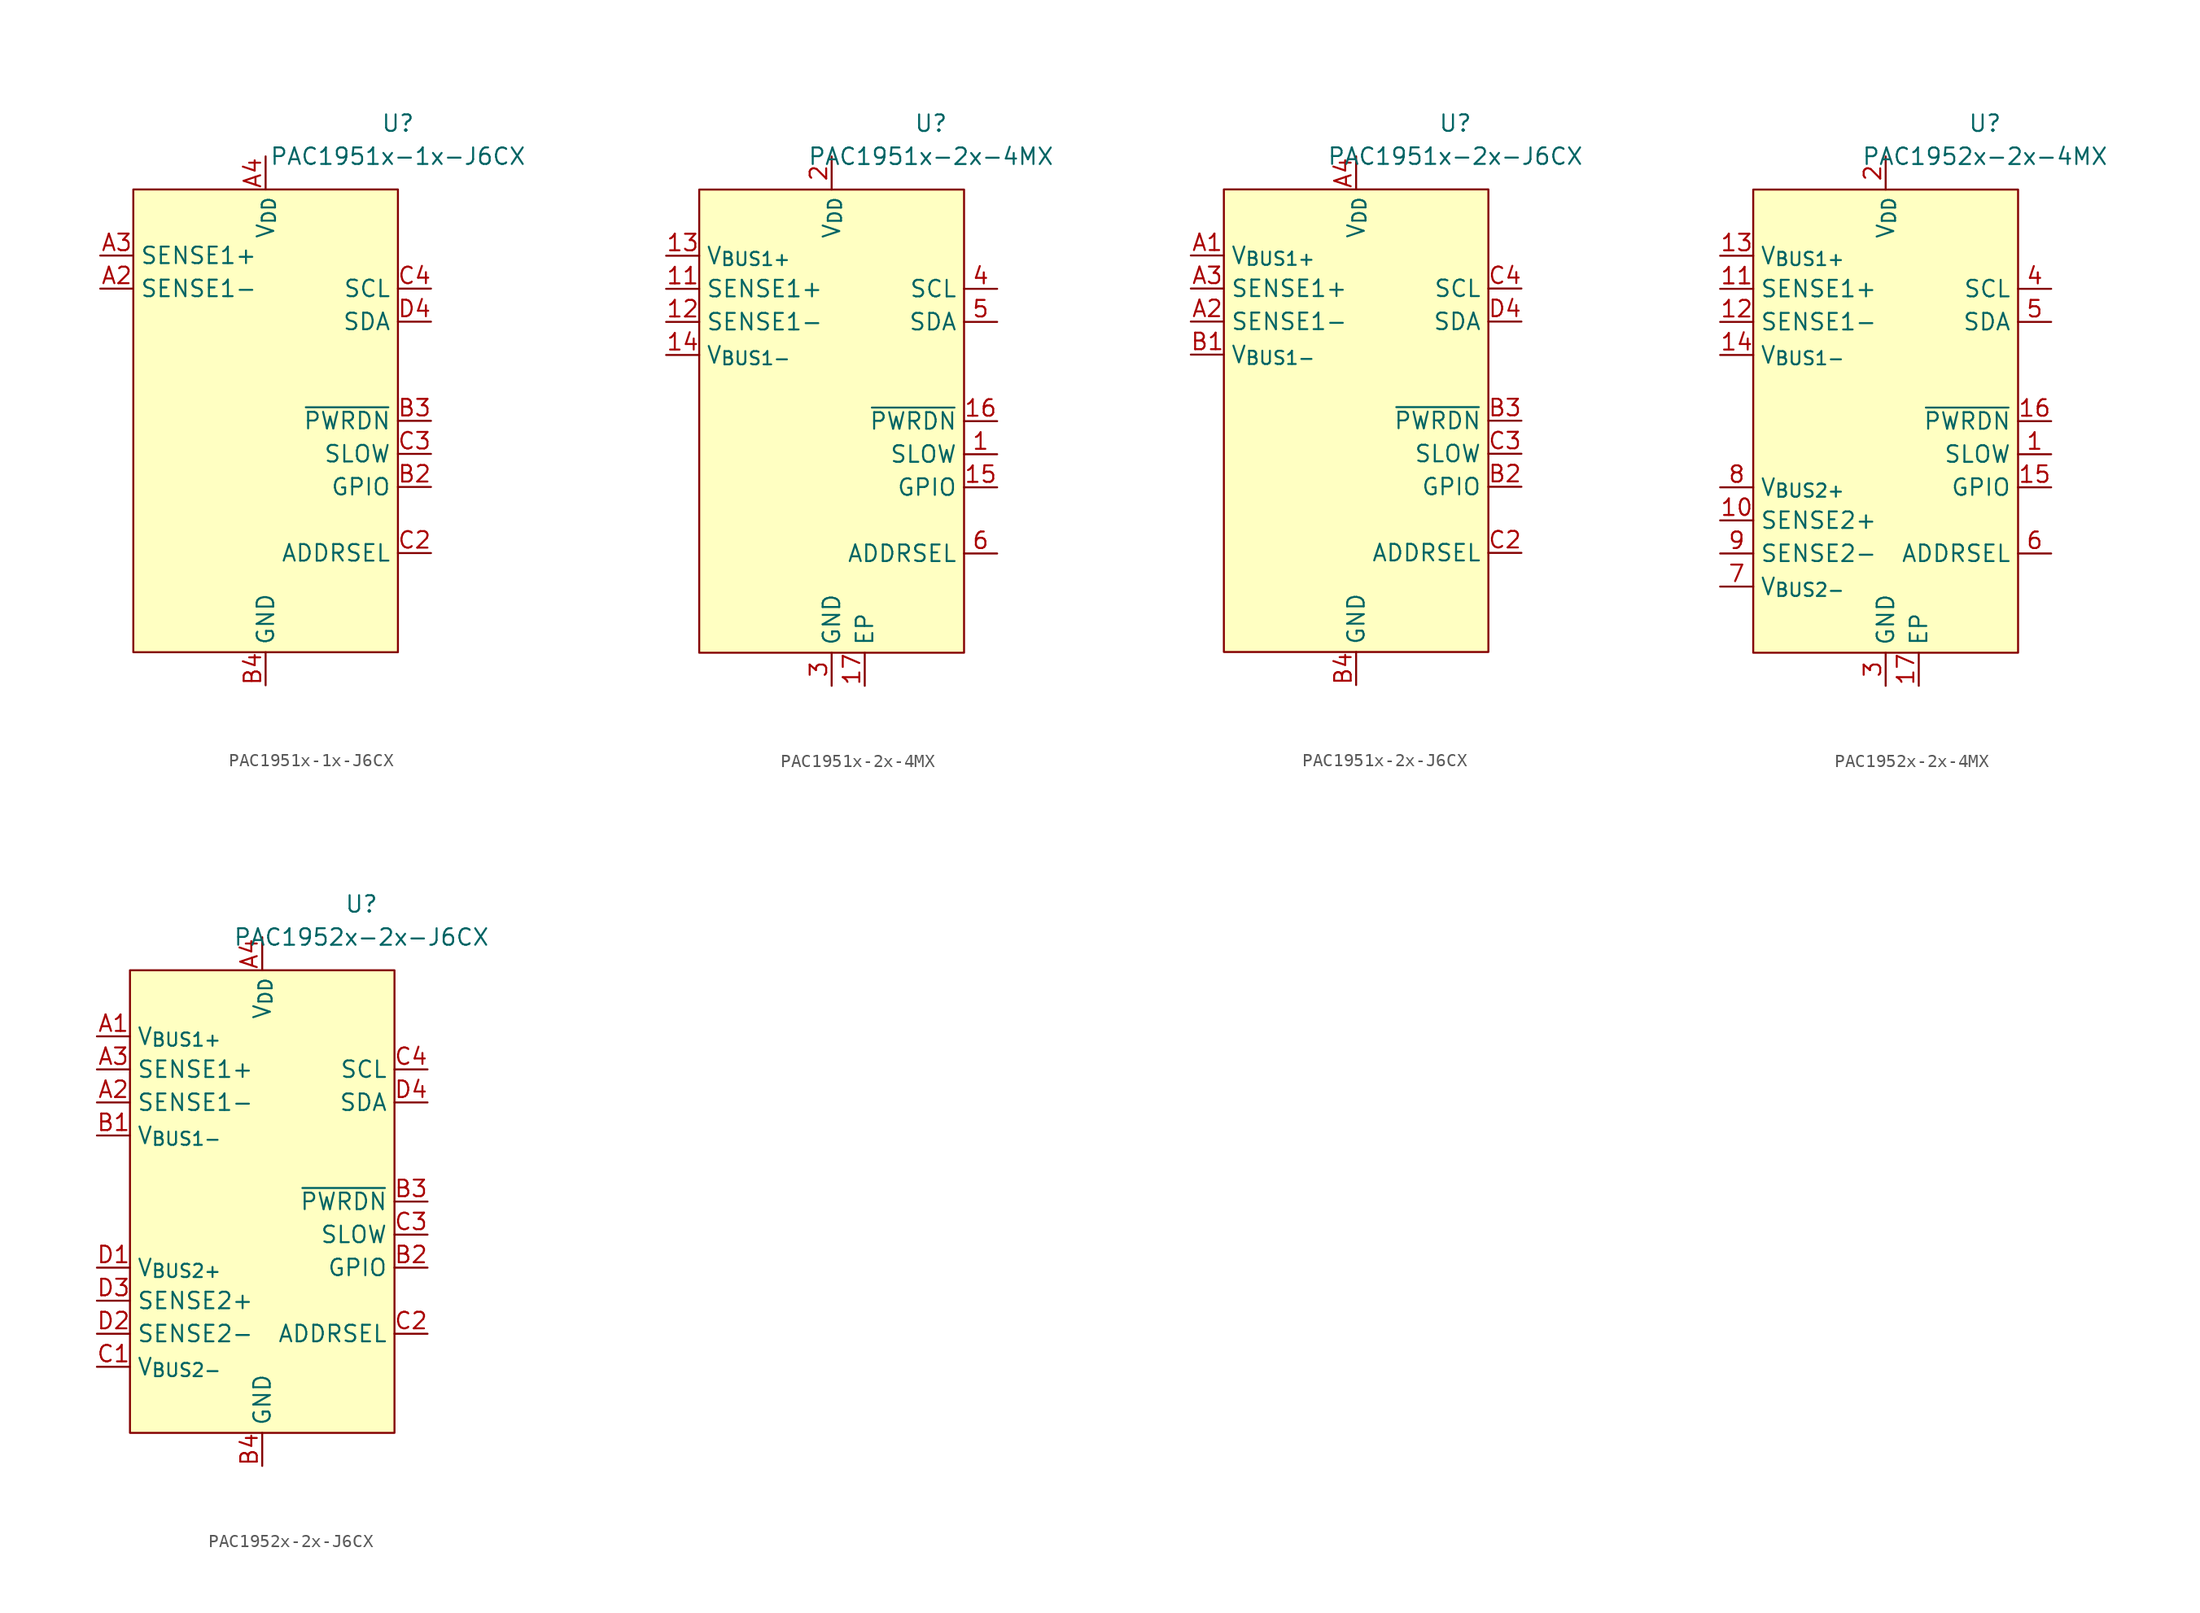
<source format=kicad_sym>
(kicad_symbol_lib
  (version 20241209)
  (generator "kicad_symbol_editor")
  (generator_version "9.0")
  (symbol "PAC1951x-1x-J6CX"
    (property "Reference" "U"
      (at 10.16 22.86 0)
      (effects (font (size 1.27 1.27))))
    (property "Value" "PAC1951x-1x-J6CX"
      (at 10.16 20.32 0)
      (effects (font (size 1.27 1.27))))
    (symbol "PAC1951x-1x-J6CX_0_0"
      (pin input line (at -12.7 12.7 0) (length 2.54) (name "SENSE1+" (effects (font (size 1.27 1.27)))) (number "A3" (effects (font (size 1.27 1.27)))))
      (pin input line (at -12.7 10.16 0) (length 2.54) (name "SENSE1-" (effects (font (size 1.27 1.27)))) (number "A2" (effects (font (size 1.27 1.27)))))
      (pin power_in line (at 0 20.32 270) (length 2.54) (name "V_{DD}" (effects (font (size 1.27 1.27)))) (number "A4" (effects (font (size 1.27 1.27)))))
      (pin passive line (at 0 -20.32 90) (length 2.54) (hide yes) (name "GND" (effects (font (size 1.27 1.27)))) (number "A1" (effects (font (size 1.27 1.27)))))
      (pin passive line (at 0 -20.32 90) (length 2.54) (hide yes) (name "GND" (effects (font (size 1.27 1.27)))) (number "B1" (effects (font (size 1.27 1.27)))))
      (pin power_in line (at 0 -20.32 90) (length 2.54) (name "GND" (effects (font (size 1.27 1.27)))) (number "B4" (effects (font (size 1.27 1.27)))))
      (pin passive line (at 0 -20.32 90) (length 2.54) (hide yes) (name "GND" (effects (font (size 1.27 1.27)))) (number "C1" (effects (font (size 1.27 1.27)))))
      (pin passive line (at 0 -20.32 90) (length 2.54) (hide yes) (name "GND" (effects (font (size 1.27 1.27)))) (number "D1" (effects (font (size 1.27 1.27)))))
      (pin passive line (at 0 -20.32 90) (length 2.54) (hide yes) (name "GND" (effects (font (size 1.27 1.27)))) (number "D2" (effects (font (size 1.27 1.27)))))
      (pin passive line (at 0 -20.32 90) (length 2.54) (hide yes) (name "GND" (effects (font (size 1.27 1.27)))) (number "D3" (effects (font (size 1.27 1.27)))))
      (pin input line (at 12.7 10.16 180) (length 2.54) (name "SCL" (effects (font (size 1.27 1.27)))) (number "C4" (effects (font (size 1.27 1.27)))) (alternate "SM_CLK" input line))
      (pin bidirectional line (at 12.7 7.62 180) (length 2.54) (name "SDA" (effects (font (size 1.27 1.27)))) (number "D4" (effects (font (size 1.27 1.27)))) (alternate "SM_DATA" bidirectional line))
      (pin input line (at 12.7 0 180) (length 2.54) (name "~{PWRDN}" (effects (font (size 1.27 1.27)))) (number "B3" (effects (font (size 1.27 1.27)))))
      (pin input line (at 12.7 -2.54 180) (length 2.54) (name "SLOW" (effects (font (size 1.27 1.27)))) (number "C3" (effects (font (size 1.27 1.27)))) (alternate "GPIO" bidirectional line) (alternate "~{ALERT1}" open_collector line))
      (pin bidirectional line (at 12.7 -5.08 180) (length 2.54) (name "GPIO" (effects (font (size 1.27 1.27)))) (number "B2" (effects (font (size 1.27 1.27)))) (alternate "~{ALERT2}" open_collector line))
      (pin passive line (at 12.7 -10.16 180) (length 2.54) (name "ADDRSEL" (effects (font (size 1.27 1.27)))) (number "C2" (effects (font (size 1.27 1.27))))))
    (symbol "PAC1951x-1x-J6CX_0_1"
      (rectangle (start -10.16 17.78) (end 10.16 -17.78) (stroke (width 0) (type default)) (fill (type background)))))
  (symbol "PAC1951x-2x-4MX"
    (property "Reference" "U"
      (at 7.62 22.86 0)
      (effects (font (size 1.27 1.27))))
    (property "Value" "PAC1951x-2x-4MX"
      (at 7.62 20.32 0)
      (effects (font (size 1.27 1.27))))
    (symbol "PAC1951x-2x-4MX_0_0"
      (pin input line (at -12.7 12.7 0) (length 2.54) (name "V_{BUS1+}" (effects (font (size 1.27 1.27)))) (number "13" (effects (font (size 1.27 1.27)))))
      (pin input line (at -12.7 10.16 0) (length 2.54) (name "SENSE1+" (effects (font (size 1.27 1.27)))) (number "11" (effects (font (size 1.27 1.27)))))
      (pin input line (at -12.7 7.62 0) (length 2.54) (name "SENSE1-" (effects (font (size 1.27 1.27)))) (number "12" (effects (font (size 1.27 1.27)))))
      (pin input line (at -12.7 5.08 0) (length 2.54) (name "V_{BUS1-}" (effects (font (size 1.27 1.27)))) (number "14" (effects (font (size 1.27 1.27)))))
      (pin power_in line (at 0 20.32 270) (length 2.54) (name "V_{DD}" (effects (font (size 1.27 1.27)))) (number "2" (effects (font (size 1.27 1.27)))))
      (pin passive line (at 0 -20.32 90) (length 2.54) (hide yes) (name "GND" (effects (font (size 1.27 1.27)))) (number "10" (effects (font (size 1.27 1.27)))))
      (pin power_in line (at 0 -20.32 90) (length 2.54) (name "GND" (effects (font (size 1.27 1.27)))) (number "3" (effects (font (size 1.27 1.27)))))
      (pin passive line (at 0 -20.32 90) (length 2.54) (hide yes) (name "GND" (effects (font (size 1.27 1.27)))) (number "7" (effects (font (size 1.27 1.27)))))
      (pin passive line (at 0 -20.32 90) (length 2.54) (hide yes) (name "GND" (effects (font (size 1.27 1.27)))) (number "8" (effects (font (size 1.27 1.27)))))
      (pin passive line (at 0 -20.32 90) (length 2.54) (hide yes) (name "GND" (effects (font (size 1.27 1.27)))) (number "9" (effects (font (size 1.27 1.27)))))
      (pin passive line (at 2.54 -20.32 90) (length 2.54) (name "EP" (effects (font (size 1.27 1.27)))) (number "17" (effects (font (size 1.27 1.27)))))
      (pin input line (at 12.7 10.16 180) (length 2.54) (name "SCL" (effects (font (size 1.27 1.27)))) (number "4" (effects (font (size 1.27 1.27)))) (alternate "SM_CLK" input line))
      (pin bidirectional line (at 12.7 7.62 180) (length 2.54) (name "SDA" (effects (font (size 1.27 1.27)))) (number "5" (effects (font (size 1.27 1.27)))) (alternate "SM_DATA" bidirectional line))
      (pin input line (at 12.7 0 180) (length 2.54) (name "~{PWRDN}" (effects (font (size 1.27 1.27)))) (number "16" (effects (font (size 1.27 1.27)))))
      (pin input line (at 12.7 -2.54 180) (length 2.54) (name "SLOW" (effects (font (size 1.27 1.27)))) (number "1" (effects (font (size 1.27 1.27)))) (alternate "GPIO" bidirectional line) (alternate "~{ALERT1}" open_collector line))
      (pin bidirectional line (at 12.7 -5.08 180) (length 2.54) (name "GPIO" (effects (font (size 1.27 1.27)))) (number "15" (effects (font (size 1.27 1.27)))) (alternate "~{ALERT2}" open_collector line))
      (pin passive line (at 12.7 -10.16 180) (length 2.54) (name "ADDRSEL" (effects (font (size 1.27 1.27)))) (number "6" (effects (font (size 1.27 1.27))))))
    (symbol "PAC1951x-2x-4MX_0_1"
      (rectangle (start -10.16 17.78) (end 10.16 -17.78) (stroke (width 0) (type default)) (fill (type background)))))
  (symbol "PAC1951x-2x-J6CX"
    (property "Reference" "U"
      (at 7.62 22.86 0)
      (effects (font (size 1.27 1.27))))
    (property "Value" "PAC1951x-2x-J6CX"
      (at 7.62 20.32 0)
      (effects (font (size 1.27 1.27))))
    (symbol "PAC1951x-2x-J6CX_0_0"
      (pin input line (at -12.7 12.7 0) (length 2.54) (name "V_{BUS1+}" (effects (font (size 1.27 1.27)))) (number "A1" (effects (font (size 1.27 1.27)))))
      (pin input line (at -12.7 10.16 0) (length 2.54) (name "SENSE1+" (effects (font (size 1.27 1.27)))) (number "A3" (effects (font (size 1.27 1.27)))))
      (pin input line (at -12.7 7.62 0) (length 2.54) (name "SENSE1-" (effects (font (size 1.27 1.27)))) (number "A2" (effects (font (size 1.27 1.27)))))
      (pin input line (at -12.7 5.08 0) (length 2.54) (name "V_{BUS1-}" (effects (font (size 1.27 1.27)))) (number "B1" (effects (font (size 1.27 1.27)))))
      (pin power_in line (at 0 20.32 270) (length 2.54) (name "V_{DD}" (effects (font (size 1.27 1.27)))) (number "A4" (effects (font (size 1.27 1.27)))))
      (pin power_in line (at 0 -20.32 90) (length 2.54) (name "GND" (effects (font (size 1.27 1.27)))) (number "B4" (effects (font (size 1.27 1.27)))))
      (pin passive line (at 0 -20.32 90) (length 2.54) (hide yes) (name "GND" (effects (font (size 1.27 1.27)))) (number "C1" (effects (font (size 1.27 1.27)))))
      (pin passive line (at 0 -20.32 90) (length 2.54) (hide yes) (name "GND" (effects (font (size 1.27 1.27)))) (number "D1" (effects (font (size 1.27 1.27)))))
      (pin passive line (at 0 -20.32 90) (length 2.54) (hide yes) (name "GND" (effects (font (size 1.27 1.27)))) (number "D2" (effects (font (size 1.27 1.27)))))
      (pin passive line (at 0 -20.32 90) (length 2.54) (hide yes) (name "GND" (effects (font (size 1.27 1.27)))) (number "D3" (effects (font (size 1.27 1.27)))))
      (pin input line (at 12.7 10.16 180) (length 2.54) (name "SCL" (effects (font (size 1.27 1.27)))) (number "C4" (effects (font (size 1.27 1.27)))) (alternate "SM_CLK" input line))
      (pin bidirectional line (at 12.7 7.62 180) (length 2.54) (name "SDA" (effects (font (size 1.27 1.27)))) (number "D4" (effects (font (size 1.27 1.27)))) (alternate "SM_DATA" bidirectional line))
      (pin input line (at 12.7 0 180) (length 2.54) (name "~{PWRDN}" (effects (font (size 1.27 1.27)))) (number "B3" (effects (font (size 1.27 1.27)))))
      (pin input line (at 12.7 -2.54 180) (length 2.54) (name "SLOW" (effects (font (size 1.27 1.27)))) (number "C3" (effects (font (size 1.27 1.27)))) (alternate "GPIO" bidirectional line) (alternate "~{ALERT1}" open_collector line))
      (pin bidirectional line (at 12.7 -5.08 180) (length 2.54) (name "GPIO" (effects (font (size 1.27 1.27)))) (number "B2" (effects (font (size 1.27 1.27)))) (alternate "~{ALERT2}" open_collector line))
      (pin passive line (at 12.7 -10.16 180) (length 2.54) (name "ADDRSEL" (effects (font (size 1.27 1.27)))) (number "C2" (effects (font (size 1.27 1.27))))))
    (symbol "PAC1951x-2x-J6CX_0_1"
      (rectangle (start -10.16 17.78) (end 10.16 -17.78) (stroke (width 0) (type default)) (fill (type background)))))
  (symbol "PAC1952x-2x-4MX"
    (property "Reference" "U"
      (at 7.62 22.86 0)
      (effects (font (size 1.27 1.27))))
    (property "Value" "PAC1952x-2x-4MX"
      (at 7.62 20.32 0)
      (effects (font (size 1.27 1.27))))
    (symbol "PAC1952x-2x-4MX_0_0"
      (pin input line (at -12.7 12.7 0) (length 2.54) (name "V_{BUS1+}" (effects (font (size 1.27 1.27)))) (number "13" (effects (font (size 1.27 1.27)))))
      (pin input line (at -12.7 10.16 0) (length 2.54) (name "SENSE1+" (effects (font (size 1.27 1.27)))) (number "11" (effects (font (size 1.27 1.27)))))
      (pin input line (at -12.7 7.62 0) (length 2.54) (name "SENSE1-" (effects (font (size 1.27 1.27)))) (number "12" (effects (font (size 1.27 1.27)))))
      (pin input line (at -12.7 5.08 0) (length 2.54) (name "V_{BUS1-}" (effects (font (size 1.27 1.27)))) (number "14" (effects (font (size 1.27 1.27)))))
      (pin input line (at -12.7 -5.08 0) (length 2.54) (name "V_{BUS2+}" (effects (font (size 1.27 1.27)))) (number "8" (effects (font (size 1.27 1.27)))))
      (pin input line (at -12.7 -7.62 0) (length 2.54) (name "SENSE2+" (effects (font (size 1.27 1.27)))) (number "10" (effects (font (size 1.27 1.27)))))
      (pin input line (at -12.7 -10.16 0) (length 2.54) (name "SENSE2-" (effects (font (size 1.27 1.27)))) (number "9" (effects (font (size 1.27 1.27)))))
      (pin input line (at -12.7 -12.7 0) (length 2.54) (name "V_{BUS2-}" (effects (font (size 1.27 1.27)))) (number "7" (effects (font (size 1.27 1.27)))))
      (pin power_in line (at 0 20.32 270) (length 2.54) (name "V_{DD}" (effects (font (size 1.27 1.27)))) (number "2" (effects (font (size 1.27 1.27)))))
      (pin power_in line (at 0 -20.32 90) (length 2.54) (name "GND" (effects (font (size 1.27 1.27)))) (number "3" (effects (font (size 1.27 1.27)))))
      (pin passive line (at 2.54 -20.32 90) (length 2.54) (name "EP" (effects (font (size 1.27 1.27)))) (number "17" (effects (font (size 1.27 1.27)))))
      (pin input line (at 12.7 10.16 180) (length 2.54) (name "SCL" (effects (font (size 1.27 1.27)))) (number "4" (effects (font (size 1.27 1.27)))) (alternate "SM_CLK" input line))
      (pin bidirectional line (at 12.7 7.62 180) (length 2.54) (name "SDA" (effects (font (size 1.27 1.27)))) (number "5" (effects (font (size 1.27 1.27)))) (alternate "SM_DATA" bidirectional line))
      (pin input line (at 12.7 0 180) (length 2.54) (name "~{PWRDN}" (effects (font (size 1.27 1.27)))) (number "16" (effects (font (size 1.27 1.27)))))
      (pin input line (at 12.7 -2.54 180) (length 2.54) (name "SLOW" (effects (font (size 1.27 1.27)))) (number "1" (effects (font (size 1.27 1.27)))) (alternate "GPIO" bidirectional line) (alternate "~{ALERT1}" open_collector line))
      (pin bidirectional line (at 12.7 -5.08 180) (length 2.54) (name "GPIO" (effects (font (size 1.27 1.27)))) (number "15" (effects (font (size 1.27 1.27)))) (alternate "~{ALERT2}" open_collector line))
      (pin passive line (at 12.7 -10.16 180) (length 2.54) (name "ADDRSEL" (effects (font (size 1.27 1.27)))) (number "6" (effects (font (size 1.27 1.27))))))
    (symbol "PAC1952x-2x-4MX_0_1"
      (rectangle (start -10.16 17.78) (end 10.16 -17.78) (stroke (width 0) (type default)) (fill (type background)))))
  (symbol "PAC1952x-2x-J6CX"
    (property "Reference" "U"
      (at 7.62 22.86 0)
      (effects (font (size 1.27 1.27))))
    (property "Value" "PAC1952x-2x-J6CX"
      (at 7.62 20.32 0)
      (effects (font (size 1.27 1.27))))
    (symbol "PAC1952x-2x-J6CX_0_0"
      (pin input line (at -12.7 12.7 0) (length 2.54) (name "V_{BUS1+}" (effects (font (size 1.27 1.27)))) (number "A1" (effects (font (size 1.27 1.27)))))
      (pin input line (at -12.7 10.16 0) (length 2.54) (name "SENSE1+" (effects (font (size 1.27 1.27)))) (number "A3" (effects (font (size 1.27 1.27)))))
      (pin input line (at -12.7 7.62 0) (length 2.54) (name "SENSE1-" (effects (font (size 1.27 1.27)))) (number "A2" (effects (font (size 1.27 1.27)))))
      (pin input line (at -12.7 5.08 0) (length 2.54) (name "V_{BUS1-}" (effects (font (size 1.27 1.27)))) (number "B1" (effects (font (size 1.27 1.27)))))
      (pin input line (at -12.7 -5.08 0) (length 2.54) (name "V_{BUS2+}" (effects (font (size 1.27 1.27)))) (number "D1" (effects (font (size 1.27 1.27)))))
      (pin input line (at -12.7 -7.62 0) (length 2.54) (name "SENSE2+" (effects (font (size 1.27 1.27)))) (number "D3" (effects (font (size 1.27 1.27)))))
      (pin input line (at -12.7 -10.16 0) (length 2.54) (name "SENSE2-" (effects (font (size 1.27 1.27)))) (number "D2" (effects (font (size 1.27 1.27)))))
      (pin input line (at -12.7 -12.7 0) (length 2.54) (name "V_{BUS2-}" (effects (font (size 1.27 1.27)))) (number "C1" (effects (font (size 1.27 1.27)))))
      (pin power_in line (at 0 20.32 270) (length 2.54) (name "V_{DD}" (effects (font (size 1.27 1.27)))) (number "A4" (effects (font (size 1.27 1.27)))))
      (pin power_in line (at 0 -20.32 90) (length 2.54) (name "GND" (effects (font (size 1.27 1.27)))) (number "B4" (effects (font (size 1.27 1.27)))))
      (pin input line (at 12.7 10.16 180) (length 2.54) (name "SCL" (effects (font (size 1.27 1.27)))) (number "C4" (effects (font (size 1.27 1.27)))) (alternate "SM_CLK" input line))
      (pin bidirectional line (at 12.7 7.62 180) (length 2.54) (name "SDA" (effects (font (size 1.27 1.27)))) (number "D4" (effects (font (size 1.27 1.27)))) (alternate "SM_DATA" bidirectional line))
      (pin input line (at 12.7 0 180) (length 2.54) (name "~{PWRDN}" (effects (font (size 1.27 1.27)))) (number "B3" (effects (font (size 1.27 1.27)))))
      (pin input line (at 12.7 -2.54 180) (length 2.54) (name "SLOW" (effects (font (size 1.27 1.27)))) (number "C3" (effects (font (size 1.27 1.27)))) (alternate "GPIO" bidirectional line) (alternate "~{ALERT1}" open_collector line))
      (pin bidirectional line (at 12.7 -5.08 180) (length 2.54) (name "GPIO" (effects (font (size 1.27 1.27)))) (number "B2" (effects (font (size 1.27 1.27)))) (alternate "~{ALERT2}" open_collector line))
      (pin passive line (at 12.7 -10.16 180) (length 2.54) (name "ADDRSEL" (effects (font (size 1.27 1.27)))) (number "C2" (effects (font (size 1.27 1.27))))))
    (symbol "PAC1952x-2x-J6CX_0_1"
      (rectangle (start -10.16 17.78) (end 10.16 -17.78) (stroke (width 0) (type default)) (fill (type background))))))
</source>
